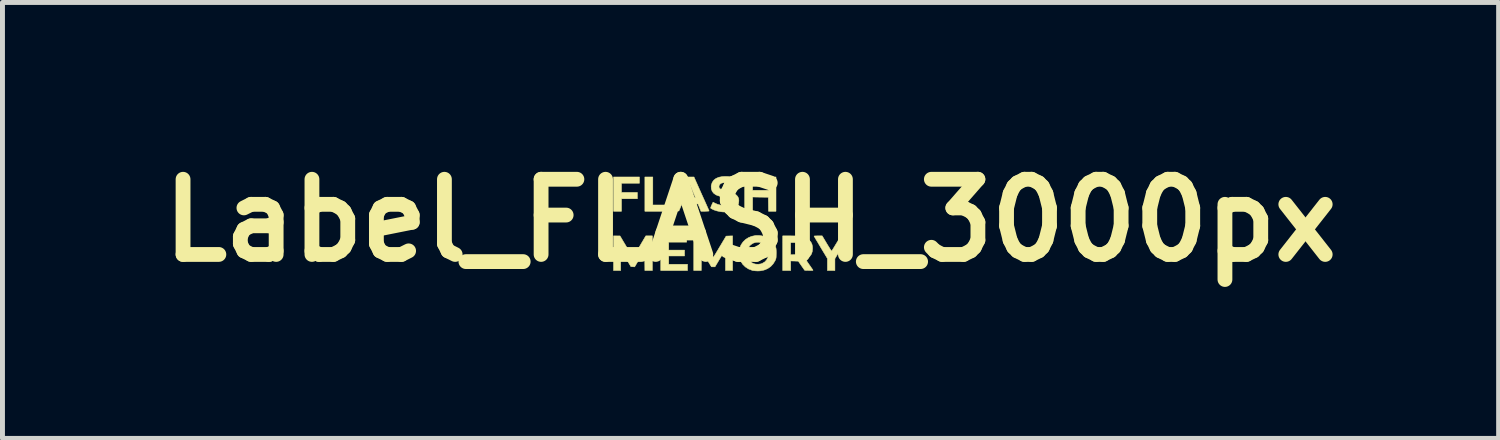
<source format=kicad_pcb>
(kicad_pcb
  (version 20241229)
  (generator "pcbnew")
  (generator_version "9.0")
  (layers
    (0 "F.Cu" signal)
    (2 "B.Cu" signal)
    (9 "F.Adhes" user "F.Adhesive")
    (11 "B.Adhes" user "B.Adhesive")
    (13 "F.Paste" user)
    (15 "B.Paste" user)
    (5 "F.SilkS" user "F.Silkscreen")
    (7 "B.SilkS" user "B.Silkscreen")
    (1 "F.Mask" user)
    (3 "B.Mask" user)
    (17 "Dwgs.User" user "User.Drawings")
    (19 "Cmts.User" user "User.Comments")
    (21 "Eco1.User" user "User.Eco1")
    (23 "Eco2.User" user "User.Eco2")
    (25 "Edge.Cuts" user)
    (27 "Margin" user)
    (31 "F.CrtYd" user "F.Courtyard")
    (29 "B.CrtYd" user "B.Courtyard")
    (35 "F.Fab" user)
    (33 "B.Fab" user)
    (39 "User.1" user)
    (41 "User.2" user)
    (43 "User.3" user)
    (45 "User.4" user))
  (footprint "Label_FLASH_3000px"
    (layer "F.Cu")
    (at 12.163 1.418)
    (property "Reference" "Label_FLASH_3000px" (at 0 0 0) (layer "F.SilkS") (effects (font (size 1.524 1.524) (thickness 0.3))))
    (attr through_hole)
    (fp_poly (pts (xy -1.981 -0.313) (xy -1.626 -0.313) (xy -1.626 -0.186) (xy -2.142 -0.186) (xy -2.142 -0.881) (xy -1.981 -0.881) (xy -1.981 -0.313)) (stroke (width 0.01) (type solid)) (fill yes) (layer "F.SilkS"))
    (fp_poly (pts (xy -2.252 -0.754) (xy -2.616 -0.754) (xy -2.616 -0.567) (xy -2.294 -0.567) (xy -2.294 -0.44) (xy -2.616 -0.44) (xy -2.616 -0.186) (xy -2.777 -0.186) (xy -2.777 -0.881) (xy -2.252 -0.881) (xy -2.252 -0.754)) (stroke (width 0.01) (type solid)) (fill yes) (layer "F.SilkS"))
    (fp_poly (pts (xy -1.295 0.44) (xy -1.659 0.44) (xy -1.659 0.601) (xy -1.338 0.601) (xy -1.338 0.72) (xy -1.659 0.72) (xy -1.659 0.889) (xy -1.278 0.889) (xy -1.278 1.016) (xy -1.82 1.016) (xy -1.82 0.313) (xy -1.295 0.313) (xy -1.295 0.44)) (stroke (width 0.01) (type solid)) (fill yes) (layer "F.SilkS"))
    (fp_poly (pts (xy 0.042 -0.61) (xy 0.364 -0.61) (xy 0.364 -0.881) (xy 0.516 -0.881) (xy 0.516 -0.186) (xy 0.364 -0.186) (xy 0.362 -0.328) (xy 0.36 -0.47) (xy 0.201 -0.472) (xy 0.042 -0.475) (xy 0.042 -0.186) (xy -0.119 -0.186) (xy -0.119 -0.881) (xy 0.042 -0.881) (xy 0.042 -0.61)) (stroke (width 0.01) (type solid)) (fill yes) (layer "F.SilkS"))
    (fp_poly (pts (xy -1.99 1.016) (xy -2.142 1.016) (xy -2.144 0.807) (xy -2.146 0.598) (xy -2.248 0.769) (xy -2.349 0.941) (xy -2.425 0.936) (xy -2.523 0.773) (xy -2.551 0.726) (xy -2.577 0.684) (xy -2.599 0.65) (xy -2.615 0.625) (xy -2.625 0.612) (xy -2.627 0.61) (xy -2.629 0.618) (xy -2.63 0.641) (xy -2.631 0.675) (xy -2.632 0.72) (xy -2.633 0.773) (xy -2.633 0.813) (xy -2.633 1.016) (xy -2.777 1.016) (xy -2.777 0.313) (xy -2.646 0.314) (xy -2.519 0.527) (xy -2.486 0.581) (xy -2.456 0.63) (xy -2.43 0.672) (xy -2.408 0.705) (xy -2.393 0.728) (xy -2.384 0.739) (xy -2.383 0.739) (xy -2.377 0.732) (xy -2.363 0.712) (xy -2.343 0.682) (xy -2.318 0.642) (xy -2.289 0.594) (xy -2.258 0.541) (xy -2.249 0.526) (xy -2.123 0.313) (xy -1.99 0.313) (xy -1.99 1.016)) (stroke (width 0.01) (type solid)) (fill yes) (layer "F.SilkS"))
    (fp_poly (pts (xy 1.545 0.469) (xy 1.573 0.515) (xy 1.598 0.555) (xy 1.618 0.587) (xy 1.634 0.61) (xy 1.642 0.621) (xy 1.643 0.622) (xy 1.649 0.614) (xy 1.662 0.593) (xy 1.681 0.563) (xy 1.704 0.525) (xy 1.731 0.48) (xy 1.74 0.466) (xy 1.831 0.313) (xy 1.906 0.313) (xy 1.939 0.314) (xy 1.965 0.315) (xy 1.979 0.317) (xy 1.981 0.318) (xy 1.977 0.326) (xy 1.965 0.347) (xy 1.947 0.379) (xy 1.922 0.42) (xy 1.894 0.468) (xy 1.862 0.522) (xy 1.846 0.549) (xy 1.71 0.775) (xy 1.71 1.016) (xy 1.558 1.016) (xy 1.558 0.772) (xy 1.422 0.546) (xy 1.389 0.49) (xy 1.359 0.439) (xy 1.332 0.395) (xy 1.311 0.359) (xy 1.296 0.333) (xy 1.288 0.319) (xy 1.287 0.317) (xy 1.295 0.315) (xy 1.316 0.314) (xy 1.347 0.313) (xy 1.37 0.313) (xy 1.452 0.313) (xy 1.545 0.469)) (stroke (width 0.01) (type solid)) (fill yes) (layer "F.SilkS"))
    (fp_poly (pts (xy -0.364 1.016) (xy -0.508 1.016) (xy -0.508 0.807) (xy -0.508 0.741) (xy -0.509 0.691) (xy -0.509 0.654) (xy -0.511 0.629) (xy -0.513 0.615) (xy -0.515 0.609) (xy -0.519 0.609) (xy -0.52 0.61) (xy -0.527 0.621) (xy -0.542 0.644) (xy -0.562 0.676) (xy -0.587 0.717) (xy -0.615 0.763) (xy -0.626 0.781) (xy -0.721 0.94) (xy -0.793 0.94) (xy -0.894 0.773) (xy -0.995 0.607) (xy -0.997 0.811) (xy -0.999 1.016) (xy -1.151 1.016) (xy -1.151 0.313) (xy -1.019 0.313) (xy -0.889 0.529) (xy -0.856 0.584) (xy -0.826 0.633) (xy -0.799 0.675) (xy -0.778 0.709) (xy -0.763 0.733) (xy -0.755 0.744) (xy -0.754 0.745) (xy -0.748 0.738) (xy -0.736 0.718) (xy -0.716 0.688) (xy -0.692 0.648) (xy -0.663 0.6) (xy -0.632 0.547) (xy -0.622 0.531) (xy -0.495 0.318) (xy -0.43 0.315) (xy -0.364 0.313) (xy -0.364 1.016)) (stroke (width 0.01) (type solid)) (fill yes) (layer "F.SilkS"))
    (fp_poly (pts (xy 0.811 0.313) (xy 0.897 0.314) (xy 0.969 0.318) (xy 1.028 0.324) (xy 1.076 0.334) (xy 1.116 0.347) (xy 1.149 0.365) (xy 1.178 0.388) (xy 1.194 0.404) (xy 1.225 0.442) (xy 1.244 0.48) (xy 1.254 0.523) (xy 1.257 0.567) (xy 1.251 0.63) (xy 1.234 0.682) (xy 1.202 0.727) (xy 1.156 0.767) (xy 1.13 0.783) (xy 1.125 0.788) (xy 1.125 0.796) (xy 1.13 0.809) (xy 1.143 0.829) (xy 1.163 0.859) (xy 1.187 0.894) (xy 1.213 0.93) (xy 1.235 0.963) (xy 1.253 0.988) (xy 1.263 1.003) (xy 1.265 1.006) (xy 1.265 1.011) (xy 1.255 1.014) (xy 1.234 1.015) (xy 1.199 1.015) (xy 1.185 1.014) (xy 1.098 1.012) (xy 1.033 0.919) (xy 0.968 0.826) (xy 0.89 0.823) (xy 0.813 0.821) (xy 0.813 1.016) (xy 0.652 1.016) (xy 0.652 0.696) (xy 0.813 0.696) (xy 0.912 0.693) (xy 0.957 0.691) (xy 0.989 0.689) (xy 1.011 0.685) (xy 1.029 0.678) (xy 1.043 0.671) (xy 1.073 0.642) (xy 1.091 0.603) (xy 1.096 0.56) (xy 1.087 0.519) (xy 1.064 0.486) (xy 1.032 0.464) (xy 1.014 0.456) (xy 0.99 0.452) (xy 0.957 0.45) (xy 0.911 0.449) (xy 0.908 0.449) (xy 0.813 0.449) (xy 0.813 0.696) (xy 0.652 0.696) (xy 0.652 0.313) (xy 0.811 0.313)) (stroke (width 0.01) (type solid)) (fill yes) (layer "F.SilkS"))
    (fp_poly (pts (xy -0.995 -0.54) (xy -0.963 -0.469) (xy -0.933 -0.403) (xy -0.906 -0.343) (xy -0.883 -0.291) (xy -0.864 -0.248) (xy -0.85 -0.217) (xy -0.842 -0.198) (xy -0.84 -0.193) (xy -0.846 -0.19) (xy -0.866 -0.188) (xy -0.897 -0.187) (xy -0.921 -0.186) (xy -1.005 -0.186) (xy -1.065 -0.334) (xy -1.392 -0.334) (xy -1.422 -0.262) (xy -1.453 -0.191) (xy -1.535 -0.188) (xy -1.572 -0.187) (xy -1.596 -0.188) (xy -1.608 -0.19) (xy -1.612 -0.194) (xy -1.611 -0.201) (xy -1.611 -0.201) (xy -1.606 -0.212) (xy -1.595 -0.237) (xy -1.579 -0.273) (xy -1.558 -0.32) (xy -1.533 -0.376) (xy -1.505 -0.439) (xy -1.493 -0.466) (xy -1.335 -0.466) (xy -1.331 -0.462) (xy -1.32 -0.459) (xy -1.298 -0.458) (xy -1.265 -0.457) (xy -1.228 -0.457) (xy -1.187 -0.458) (xy -1.153 -0.459) (xy -1.13 -0.461) (xy -1.119 -0.463) (xy -1.119 -0.464) (xy -1.123 -0.474) (xy -1.132 -0.497) (xy -1.146 -0.529) (xy -1.162 -0.569) (xy -1.173 -0.595) (xy -1.19 -0.637) (xy -1.206 -0.673) (xy -1.218 -0.701) (xy -1.226 -0.717) (xy -1.228 -0.72) (xy -1.232 -0.712) (xy -1.242 -0.692) (xy -1.255 -0.663) (xy -1.27 -0.627) (xy -1.287 -0.588) (xy -1.303 -0.549) (xy -1.318 -0.512) (xy -1.331 -0.481) (xy -1.334 -0.472) (xy -1.335 -0.466) (xy -1.493 -0.466) (xy -1.475 -0.508) (xy -1.457 -0.549) (xy -1.309 -0.881) (xy -1.228 -0.881) (xy -1.147 -0.881) (xy -0.995 -0.54)) (stroke (width 0.01) (type solid)) (fill yes) (layer "F.SilkS"))
    (fp_poly (pts (xy 0.23 0.313) (xy 0.305 0.336) (xy 0.372 0.372) (xy 0.431 0.421) (xy 0.478 0.48) (xy 0.496 0.512) (xy 0.507 0.535) (xy 0.514 0.555) (xy 0.518 0.576) (xy 0.52 0.603) (xy 0.521 0.64) (xy 0.521 0.665) (xy 0.52 0.709) (xy 0.519 0.742) (xy 0.516 0.766) (xy 0.51 0.786) (xy 0.501 0.808) (xy 0.498 0.815) (xy 0.458 0.88) (xy 0.407 0.935) (xy 0.345 0.977) (xy 0.274 1.006) (xy 0.195 1.022) (xy 0.145 1.024) (xy 0.106 1.022) (xy 0.068 1.018) (xy 0.038 1.014) (xy 0.034 1.012) (xy -0.04 0.984) (xy -0.104 0.943) (xy -0.157 0.891) (xy -0.197 0.83) (xy -0.223 0.762) (xy -0.235 0.688) (xy -0.235 0.669) (xy -0.074 0.669) (xy -0.067 0.723) (xy -0.048 0.774) (xy -0.017 0.819) (xy 0.023 0.855) (xy 0.067 0.877) (xy 0.111 0.887) (xy 0.16 0.888) (xy 0.208 0.881) (xy 0.237 0.871) (xy 0.289 0.84) (xy 0.327 0.798) (xy 0.352 0.746) (xy 0.363 0.684) (xy 0.364 0.663) (xy 0.363 0.626) (xy 0.357 0.597) (xy 0.346 0.569) (xy 0.34 0.558) (xy 0.307 0.51) (xy 0.263 0.474) (xy 0.214 0.451) (xy 0.161 0.441) (xy 0.106 0.444) (xy 0.053 0.461) (xy 0.005 0.492) (xy -0.019 0.515) (xy -0.051 0.562) (xy -0.069 0.614) (xy -0.074 0.669) (xy -0.235 0.669) (xy -0.235 0.639) (xy -0.221 0.564) (xy -0.193 0.496) (xy -0.153 0.437) (xy -0.102 0.387) (xy -0.041 0.348) (xy 0.027 0.321) (xy 0.102 0.306) (xy 0.182 0.306) (xy 0.23 0.313)) (stroke (width 0.01) (type solid)) (fill yes) (layer "F.SilkS"))
    (fp_poly (pts (xy -0.445 -0.89) (xy -0.396 -0.884) (xy -0.349 -0.871) (xy -0.303 -0.853) (xy -0.263 -0.837) (xy -0.281 -0.793) (xy -0.292 -0.764) (xy -0.302 -0.739) (xy -0.306 -0.729) (xy -0.314 -0.716) (xy -0.324 -0.718) (xy -0.356 -0.735) (xy -0.398 -0.75) (xy -0.446 -0.759) (xy -0.496 -0.765) (xy -0.543 -0.764) (xy -0.581 -0.758) (xy -0.598 -0.751) (xy -0.623 -0.731) (xy -0.638 -0.704) (xy -0.64 -0.676) (xy -0.637 -0.665) (xy -0.625 -0.648) (xy -0.606 -0.634) (xy -0.576 -0.621) (xy -0.534 -0.608) (xy -0.507 -0.601) (xy -0.438 -0.583) (xy -0.383 -0.566) (xy -0.341 -0.549) (xy -0.308 -0.531) (xy -0.283 -0.51) (xy -0.263 -0.487) (xy -0.256 -0.476) (xy -0.243 -0.448) (xy -0.238 -0.415) (xy -0.237 -0.394) (xy -0.245 -0.335) (xy -0.267 -0.284) (xy -0.303 -0.242) (xy -0.353 -0.21) (xy -0.415 -0.187) (xy -0.462 -0.178) (xy -0.5 -0.173) (xy -0.53 -0.171) (xy -0.558 -0.172) (xy -0.593 -0.176) (xy -0.614 -0.179) (xy -0.682 -0.193) (xy -0.745 -0.214) (xy -0.797 -0.24) (xy -0.803 -0.244) (xy -0.808 -0.251) (xy -0.807 -0.263) (xy -0.799 -0.285) (xy -0.788 -0.311) (xy -0.76 -0.37) (xy -0.725 -0.351) (xy -0.675 -0.329) (xy -0.619 -0.313) (xy -0.561 -0.304) (xy -0.506 -0.302) (xy -0.459 -0.309) (xy -0.44 -0.315) (xy -0.412 -0.334) (xy -0.396 -0.358) (xy -0.394 -0.385) (xy -0.401 -0.402) (xy -0.413 -0.416) (xy -0.428 -0.428) (xy -0.45 -0.439) (xy -0.481 -0.45) (xy -0.525 -0.463) (xy -0.563 -0.473) (xy -0.606 -0.485) (xy -0.647 -0.498) (xy -0.681 -0.51) (xy -0.702 -0.519) (xy -0.746 -0.55) (xy -0.778 -0.591) (xy -0.795 -0.641) (xy -0.798 -0.696) (xy -0.795 -0.716) (xy -0.777 -0.771) (xy -0.745 -0.816) (xy -0.7 -0.851) (xy -0.643 -0.875) (xy -0.572 -0.889) (xy -0.504 -0.892) (xy -0.445 -0.89)) (stroke (width 0.01) (type solid)) (fill yes) (layer "F.SilkS")))
  (gr_rect
    (start -3 -3)
    (end 27.326 5.836)
    (stroke (width 0.1) (type default))
    (fill no)
    (layer "Edge.Cuts")))
</source>
